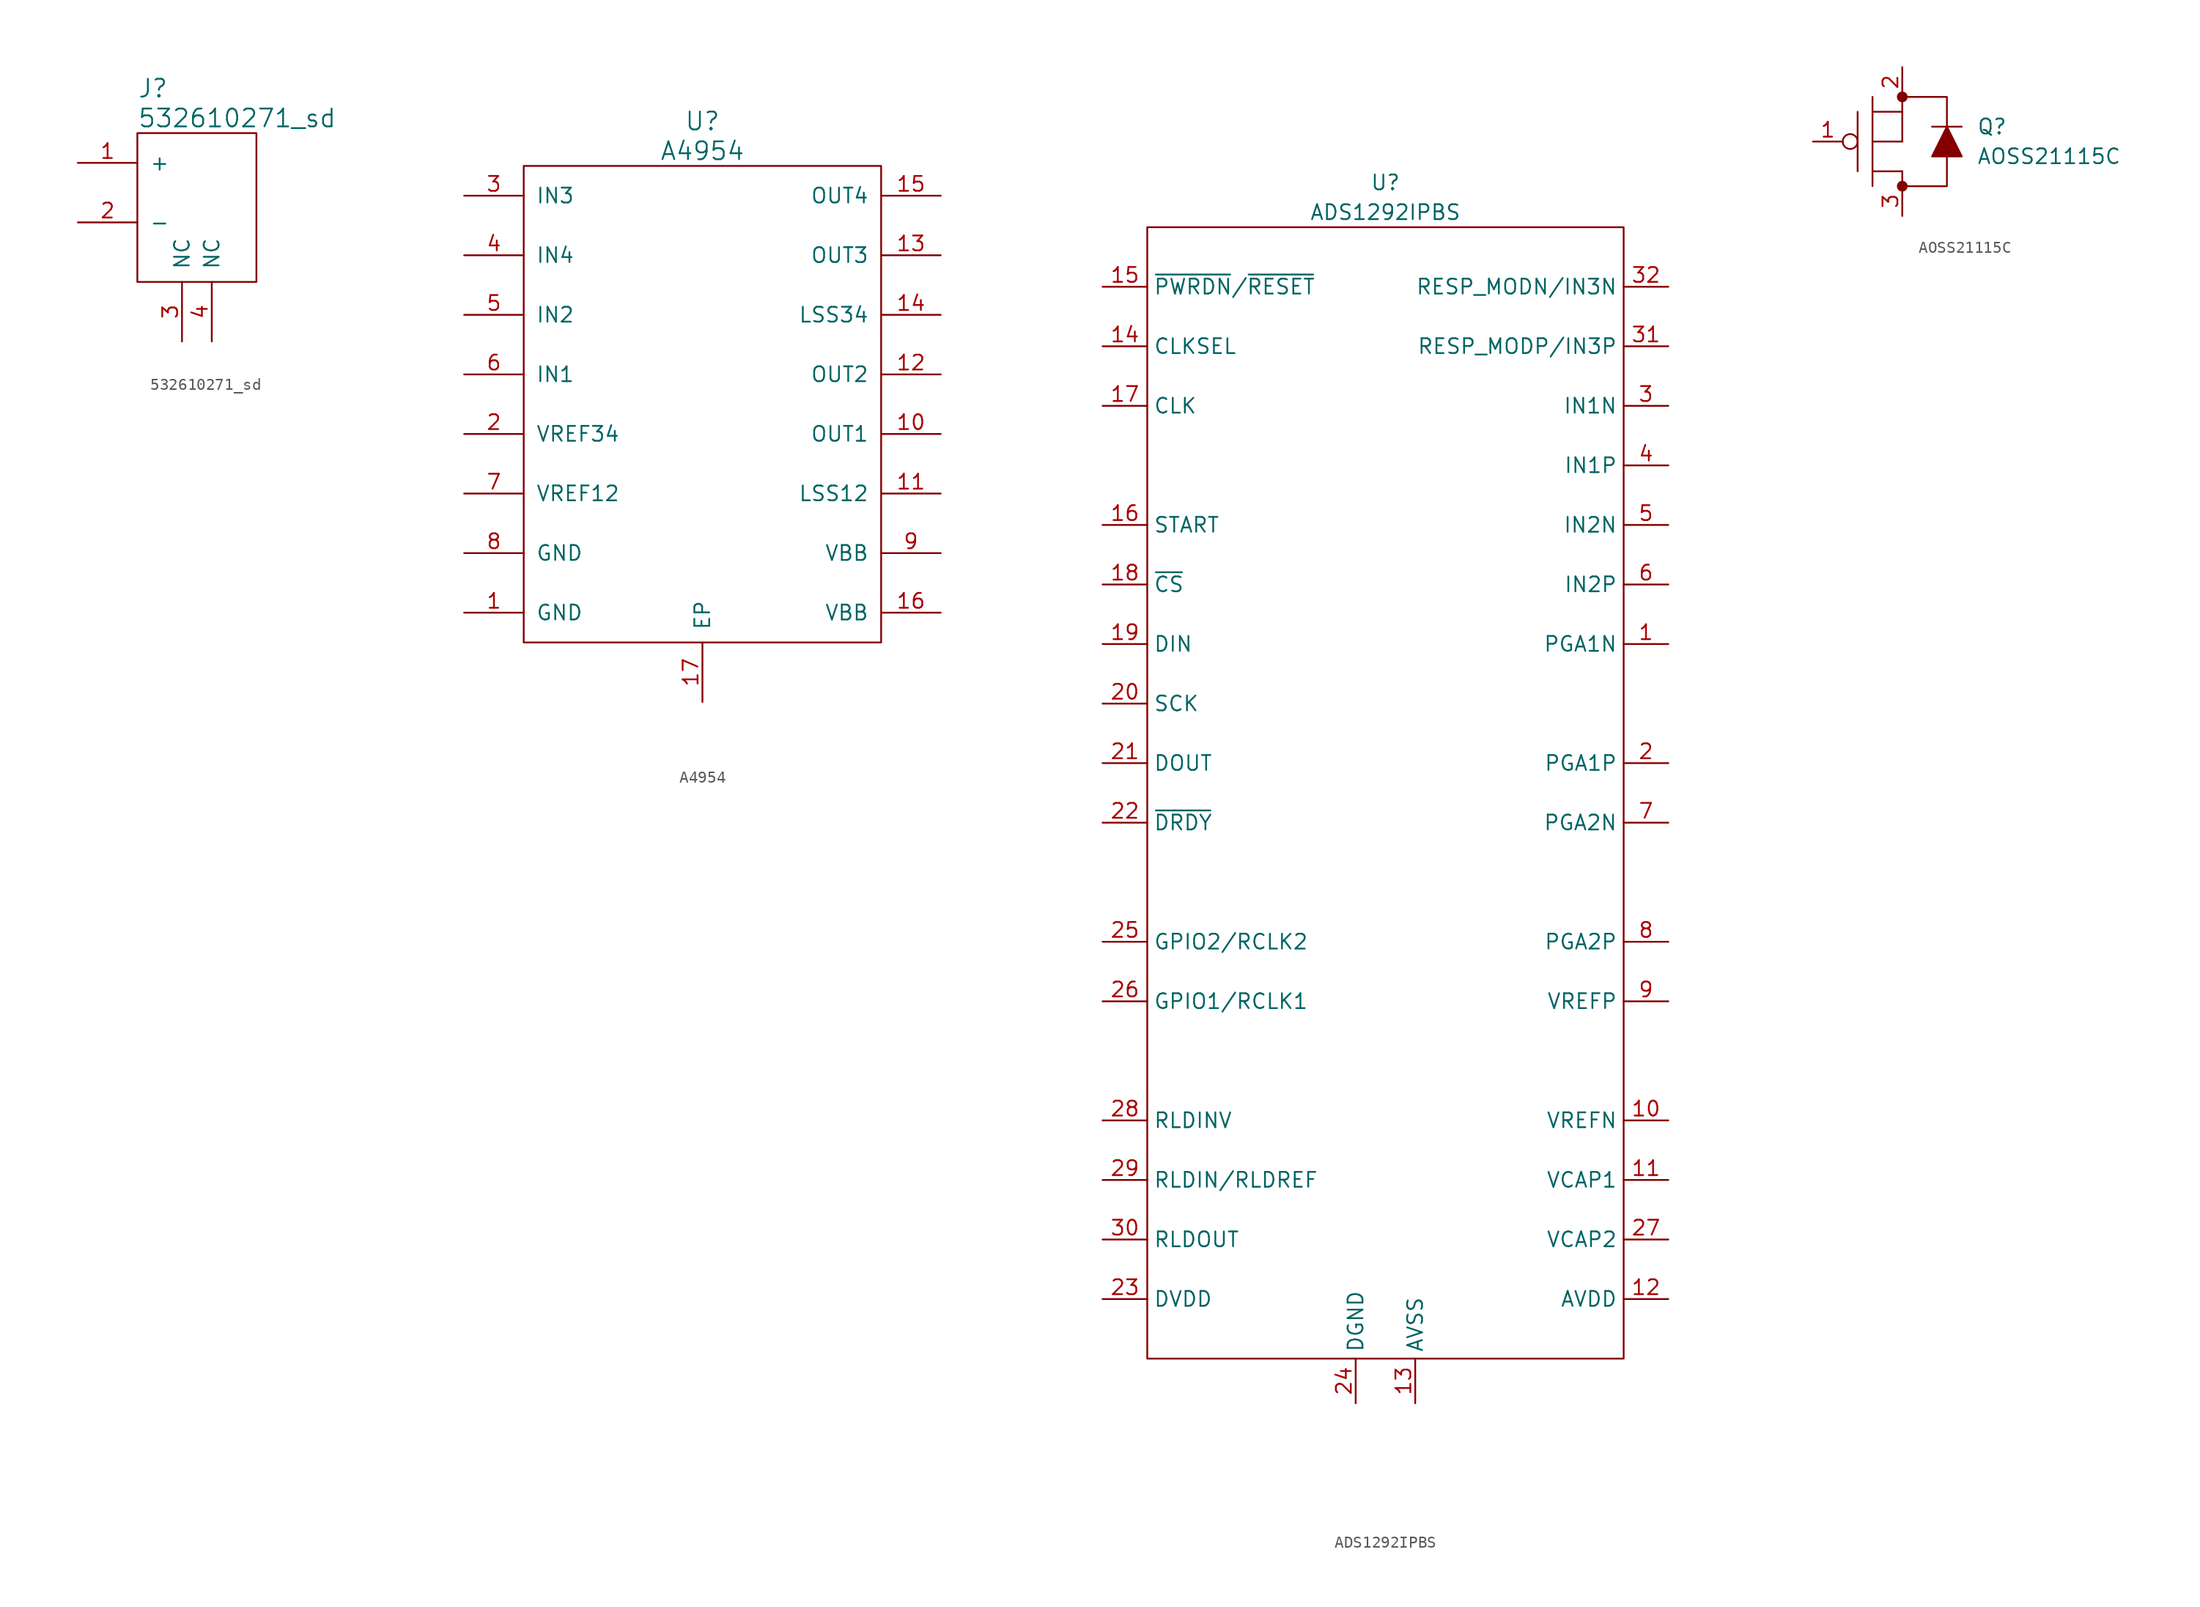
<source format=kicad_sym>
(kicad_symbol_lib
  (version 20211014)
  (generator kicad_symbol_editor)
  (symbol "532610271_sd"
    (pin_names
      (offset 1.016))
    (property "Reference" "J"
      (at -5.08 8.89 0)
      (effects (font (size 1.524 1.524)) (justify left)))
    (property "Value" "532610271_sd"
      (at -5.08 6.35 0)
      (effects (font (size 1.524 1.524)) (justify left)))
    (symbol "532610271_sd_0_1"
      (rectangle (start -5.08 5.08) (end 5.08 -7.62) (stroke (width 0) (type default) (color 0 0 0 0)) (fill (type none))))
    (symbol "532610271_sd_1_1"
      (pin input line (at -10.16 2.54 0) (length 5.08) (name "+" (effects (font (size 1.27 1.27)))) (number "1" (effects (font (size 1.27 1.27)))))
      (pin input line (at -10.16 -2.54 0) (length 5.08) (name "-" (effects (font (size 1.27 1.27)))) (number "2" (effects (font (size 1.27 1.27)))))
      (pin input line (at -1.27 -12.7 90) (length 5.08) (name "NC" (effects (font (size 1.27 1.27)))) (number "3" (effects (font (size 1.27 1.27)))))
      (pin input line (at 1.27 -12.7 90) (length 5.08) (name "NC" (effects (font (size 1.27 1.27)))) (number "4" (effects (font (size 1.27 1.27)))))))
  (symbol "A4954"
    (pin_names
      (offset 1.016))
    (property "Reference" "U"
      (at 0 24.13 0)
      (effects (font (size 1.524 1.524))))
    (property "Value" "A4954"
      (at 0 21.59 0)
      (effects (font (size 1.524 1.524))))
    (symbol "A4954_0_1"
      (rectangle (start -15.24 20.32) (end 15.24 -20.32) (stroke (width 0) (type default) (color 0 0 0 0)) (fill (type none))))
    (symbol "A4954_1_1"
      (pin input line (at -20.32 -17.78 0) (length 5.08) (name "GND" (effects (font (size 1.27 1.27)))) (number "1" (effects (font (size 1.27 1.27)))))
      (pin input line (at 20.32 -2.54 180) (length 5.08) (name "OUT1" (effects (font (size 1.27 1.27)))) (number "10" (effects (font (size 1.27 1.27)))))
      (pin input line (at 20.32 -7.62 180) (length 5.08) (name "LSS12" (effects (font (size 1.27 1.27)))) (number "11" (effects (font (size 1.27 1.27)))))
      (pin input line (at 20.32 2.54 180) (length 5.08) (name "OUT2" (effects (font (size 1.27 1.27)))) (number "12" (effects (font (size 1.27 1.27)))))
      (pin input line (at 20.32 12.7 180) (length 5.08) (name "OUT3" (effects (font (size 1.27 1.27)))) (number "13" (effects (font (size 1.27 1.27)))))
      (pin input line (at 20.32 7.62 180) (length 5.08) (name "LSS34" (effects (font (size 1.27 1.27)))) (number "14" (effects (font (size 1.27 1.27)))))
      (pin input line (at 20.32 17.78 180) (length 5.08) (name "OUT4" (effects (font (size 1.27 1.27)))) (number "15" (effects (font (size 1.27 1.27)))))
      (pin input line (at 20.32 -17.78 180) (length 5.08) (name "VBB" (effects (font (size 1.27 1.27)))) (number "16" (effects (font (size 1.27 1.27)))))
      (pin input line (at 0 -25.4 90) (length 5.08) (name "EP" (effects (font (size 1.27 1.27)))) (number "17" (effects (font (size 1.27 1.27)))))
      (pin input line (at -20.32 -2.54 0) (length 5.08) (name "VREF34" (effects (font (size 1.27 1.27)))) (number "2" (effects (font (size 1.27 1.27)))))
      (pin input line (at -20.32 17.78 0) (length 5.08) (name "IN3" (effects (font (size 1.27 1.27)))) (number "3" (effects (font (size 1.27 1.27)))))
      (pin input line (at -20.32 12.7 0) (length 5.08) (name "IN4" (effects (font (size 1.27 1.27)))) (number "4" (effects (font (size 1.27 1.27)))))
      (pin input line (at -20.32 7.62 0) (length 5.08) (name "IN2" (effects (font (size 1.27 1.27)))) (number "5" (effects (font (size 1.27 1.27)))))
      (pin input line (at -20.32 2.54 0) (length 5.08) (name "IN1" (effects (font (size 1.27 1.27)))) (number "6" (effects (font (size 1.27 1.27)))))
      (pin input line (at -20.32 -7.62 0) (length 5.08) (name "VREF12" (effects (font (size 1.27 1.27)))) (number "7" (effects (font (size 1.27 1.27)))))
      (pin input line (at -20.32 -12.7 0) (length 5.08) (name "GND" (effects (font (size 1.27 1.27)))) (number "8" (effects (font (size 1.27 1.27)))))
      (pin input line (at 20.32 -12.7 180) (length 5.08) (name "VBB" (effects (font (size 1.27 1.27)))) (number "9" (effects (font (size 1.27 1.27)))))))
  (symbol "ADS1292IPBS"
    (property "Reference" "U"
      (at 0 52.07 0)
      (effects (font (size 1.27 1.27))))
    (property "Value" "ADS1292IPBS"
      (at 0 49.53 0)
      (effects (font (size 1.27 1.27))))
    (symbol "ADS1292IPBS_0_1"
      (rectangle (start -20.32 48.26) (end 20.32 -48.26) (stroke (width 0) (type default) (color 0 0 0 0)) (fill (type none))))
    (symbol "ADS1292IPBS_1_1"
      (pin input line (at 24.13 12.7 180) (length 3.81) (name "PGA1N" (effects (font (size 1.27 1.27)))) (number "1" (effects (font (size 1.27 1.27)))))
      (pin input line (at 24.13 -27.94 180) (length 3.81) (name "VREFN" (effects (font (size 1.27 1.27)))) (number "10" (effects (font (size 1.27 1.27)))))
      (pin input line (at 24.13 -33.02 180) (length 3.81) (name "VCAP1" (effects (font (size 1.27 1.27)))) (number "11" (effects (font (size 1.27 1.27)))))
      (pin input line (at 24.13 -43.18 180) (length 3.81) (name "AVDD" (effects (font (size 1.27 1.27)))) (number "12" (effects (font (size 1.27 1.27)))))
      (pin input line (at 2.54 -52.07 90) (length 3.81) (name "AVSS" (effects (font (size 1.27 1.27)))) (number "13" (effects (font (size 1.27 1.27)))))
      (pin input line (at -24.13 38.1 0) (length 3.81) (name "CLKSEL" (effects (font (size 1.27 1.27)))) (number "14" (effects (font (size 1.27 1.27)))))
      (pin input line (at -24.13 43.18 0) (length 3.81) (name "~{PWRDN}/~{RESET}" (effects (font (size 1.27 1.27)))) (number "15" (effects (font (size 1.27 1.27)))))
      (pin input line (at -24.13 22.86 0) (length 3.81) (name "START" (effects (font (size 1.27 1.27)))) (number "16" (effects (font (size 1.27 1.27)))))
      (pin input line (at -24.13 33.02 0) (length 3.81) (name "CLK" (effects (font (size 1.27 1.27)))) (number "17" (effects (font (size 1.27 1.27)))))
      (pin input line (at -24.13 17.78 0) (length 3.81) (name "~{CS}" (effects (font (size 1.27 1.27)))) (number "18" (effects (font (size 1.27 1.27)))))
      (pin input line (at -24.13 12.7 0) (length 3.81) (name "DIN" (effects (font (size 1.27 1.27)))) (number "19" (effects (font (size 1.27 1.27)))))
      (pin input line (at 24.13 2.54 180) (length 3.81) (name "PGA1P" (effects (font (size 1.27 1.27)))) (number "2" (effects (font (size 1.27 1.27)))))
      (pin input line (at -24.13 7.62 0) (length 3.81) (name "SCK" (effects (font (size 1.27 1.27)))) (number "20" (effects (font (size 1.27 1.27)))))
      (pin input line (at -24.13 2.54 0) (length 3.81) (name "DOUT" (effects (font (size 1.27 1.27)))) (number "21" (effects (font (size 1.27 1.27)))))
      (pin input line (at -24.13 -2.54 0) (length 3.81) (name "~{DRDY}" (effects (font (size 1.27 1.27)))) (number "22" (effects (font (size 1.27 1.27)))))
      (pin input line (at -24.13 -43.18 0) (length 3.81) (name "DVDD" (effects (font (size 1.27 1.27)))) (number "23" (effects (font (size 1.27 1.27)))))
      (pin input line (at -2.54 -52.07 90) (length 3.81) (name "DGND" (effects (font (size 1.27 1.27)))) (number "24" (effects (font (size 1.27 1.27)))))
      (pin input line (at -24.13 -12.7 0) (length 3.81) (name "GPIO2/RCLK2" (effects (font (size 1.27 1.27)))) (number "25" (effects (font (size 1.27 1.27)))))
      (pin input line (at -24.13 -17.78 0) (length 3.81) (name "GPIO1/RCLK1" (effects (font (size 1.27 1.27)))) (number "26" (effects (font (size 1.27 1.27)))))
      (pin input line (at 24.13 -38.1 180) (length 3.81) (name "VCAP2" (effects (font (size 1.27 1.27)))) (number "27" (effects (font (size 1.27 1.27)))))
      (pin input line (at -24.13 -27.94 0) (length 3.81) (name "RLDINV" (effects (font (size 1.27 1.27)))) (number "28" (effects (font (size 1.27 1.27)))))
      (pin input line (at -24.13 -33.02 0) (length 3.81) (name "RLDIN/RLDREF" (effects (font (size 1.27 1.27)))) (number "29" (effects (font (size 1.27 1.27)))))
      (pin input line (at 24.13 33.02 180) (length 3.81) (name "IN1N" (effects (font (size 1.27 1.27)))) (number "3" (effects (font (size 1.27 1.27)))))
      (pin input line (at -24.13 -38.1 0) (length 3.81) (name "RLDOUT" (effects (font (size 1.27 1.27)))) (number "30" (effects (font (size 1.27 1.27)))))
      (pin input line (at 24.13 38.1 180) (length 3.81) (name "RESP_MODP/IN3P" (effects (font (size 1.27 1.27)))) (number "31" (effects (font (size 1.27 1.27)))))
      (pin input line (at 24.13 43.18 180) (length 3.81) (name "RESP_MODN/IN3N" (effects (font (size 1.27 1.27)))) (number "32" (effects (font (size 1.27 1.27)))))
      (pin input line (at 24.13 27.94 180) (length 3.81) (name "IN1P" (effects (font (size 1.27 1.27)))) (number "4" (effects (font (size 1.27 1.27)))))
      (pin input line (at 24.13 22.86 180) (length 3.81) (name "IN2N" (effects (font (size 1.27 1.27)))) (number "5" (effects (font (size 1.27 1.27)))))
      (pin input line (at 24.13 17.78 180) (length 3.81) (name "IN2P" (effects (font (size 1.27 1.27)))) (number "6" (effects (font (size 1.27 1.27)))))
      (pin input line (at 24.13 -2.54 180) (length 3.81) (name "PGA2N" (effects (font (size 1.27 1.27)))) (number "7" (effects (font (size 1.27 1.27)))))
      (pin input line (at 24.13 -12.7 180) (length 3.81) (name "PGA2P" (effects (font (size 1.27 1.27)))) (number "8" (effects (font (size 1.27 1.27)))))
      (pin input line (at 24.13 -17.78 180) (length 3.81) (name "VREFP" (effects (font (size 1.27 1.27)))) (number "9" (effects (font (size 1.27 1.27)))))))
  (symbol "AOSS21115C"
    (pin_names
      (offset 1.016))
    (property "Reference" "Q"
      (at 6.35 1.27 0)
      (effects (font (size 1.27 1.27)) (justify left)))
    (property "Value" "AOSS21115C"
      (at 6.35 -1.27 0)
      (effects (font (size 1.27 1.27)) (justify left)))
    (symbol "AOSS21115C_0_1"
      (circle (center -4.445 0) (radius 0.635) (stroke (width 0) (type default) (color 0 0 0 0)) (fill (type none)))
      (circle (center 0 -3.81) (radius 0.381) (stroke (width 0) (type default) (color 0 0 0 0)) (fill (type outline)))
      (polyline (pts (xy -3.81 2.54) (xy -3.81 -2.54)) (stroke (width 0) (type default) (color 0 0 0 0)) (fill (type none)))
      (polyline (pts (xy -2.54 -2.54) (xy 0 -2.54)) (stroke (width 0) (type default) (color 0 0 0 0)) (fill (type none)))
      (polyline (pts (xy -2.54 0) (xy 0 0)) (stroke (width 0) (type default) (color 0 0 0 0)) (fill (type none)))
      (polyline (pts (xy -2.54 3.81) (xy -2.54 -3.81)) (stroke (width 0) (type default) (color 0 0 0 0)) (fill (type none)))
      (polyline (pts (xy 0 -2.54) (xy 0 -3.81)) (stroke (width 0) (type default) (color 0 0 0 0)) (fill (type none)))
      (polyline (pts (xy 0 2.54) (xy -2.54 2.54)) (stroke (width 0) (type default) (color 0 0 0 0)) (fill (type none)))
      (polyline (pts (xy 2.54 1.27) (xy 5.08 1.27)) (stroke (width 0) (type default) (color 0 0 0 0)) (fill (type none)))
      (polyline (pts (xy 0 -3.81) (xy 3.81 -3.81) (xy 3.81 -1.27)) (stroke (width 0) (type default) (color 0 0 0 0)) (fill (type none)))
      (polyline (pts (xy 0 2.54) (xy 0 3.81) (xy 3.81 3.81) (xy 3.81 1.27)) (stroke (width 0) (type default) (color 0 0 0 0)) (fill (type none)))
      (polyline (pts (xy 3.81 1.27) (xy 2.54 -1.27) (xy 5.08 -1.27) (xy 3.81 1.27)) (stroke (width 0) (type default) (color 0 0 0 0)) (fill (type outline)))
      (circle (center 0 3.81) (radius 0.381) (stroke (width 0) (type default) (color 0 0 0 0)) (fill (type outline))))
    (symbol "AOSS21115C_1_1"
      (polyline (pts (xy 0 2.54) (xy 0 0)) (stroke (width 0) (type default) (color 0 0 0 0)) (fill (type none)))
      (pin input line (at -7.62 0 0) (length 2.54) (name "~" (effects (font (size 1.27 1.27)))) (number "1" (effects (font (size 1.27 1.27)))))
      (pin input line (at 0 6.35 270) (length 2.54) (name "~" (effects (font (size 1.27 1.27)))) (number "2" (effects (font (size 1.27 1.27)))))
      (pin input line (at 0 -6.35 90) (length 2.54) (name "~" (effects (font (size 1.27 1.27)))) (number "3" (effects (font (size 1.27 1.27))))))))
</source>
